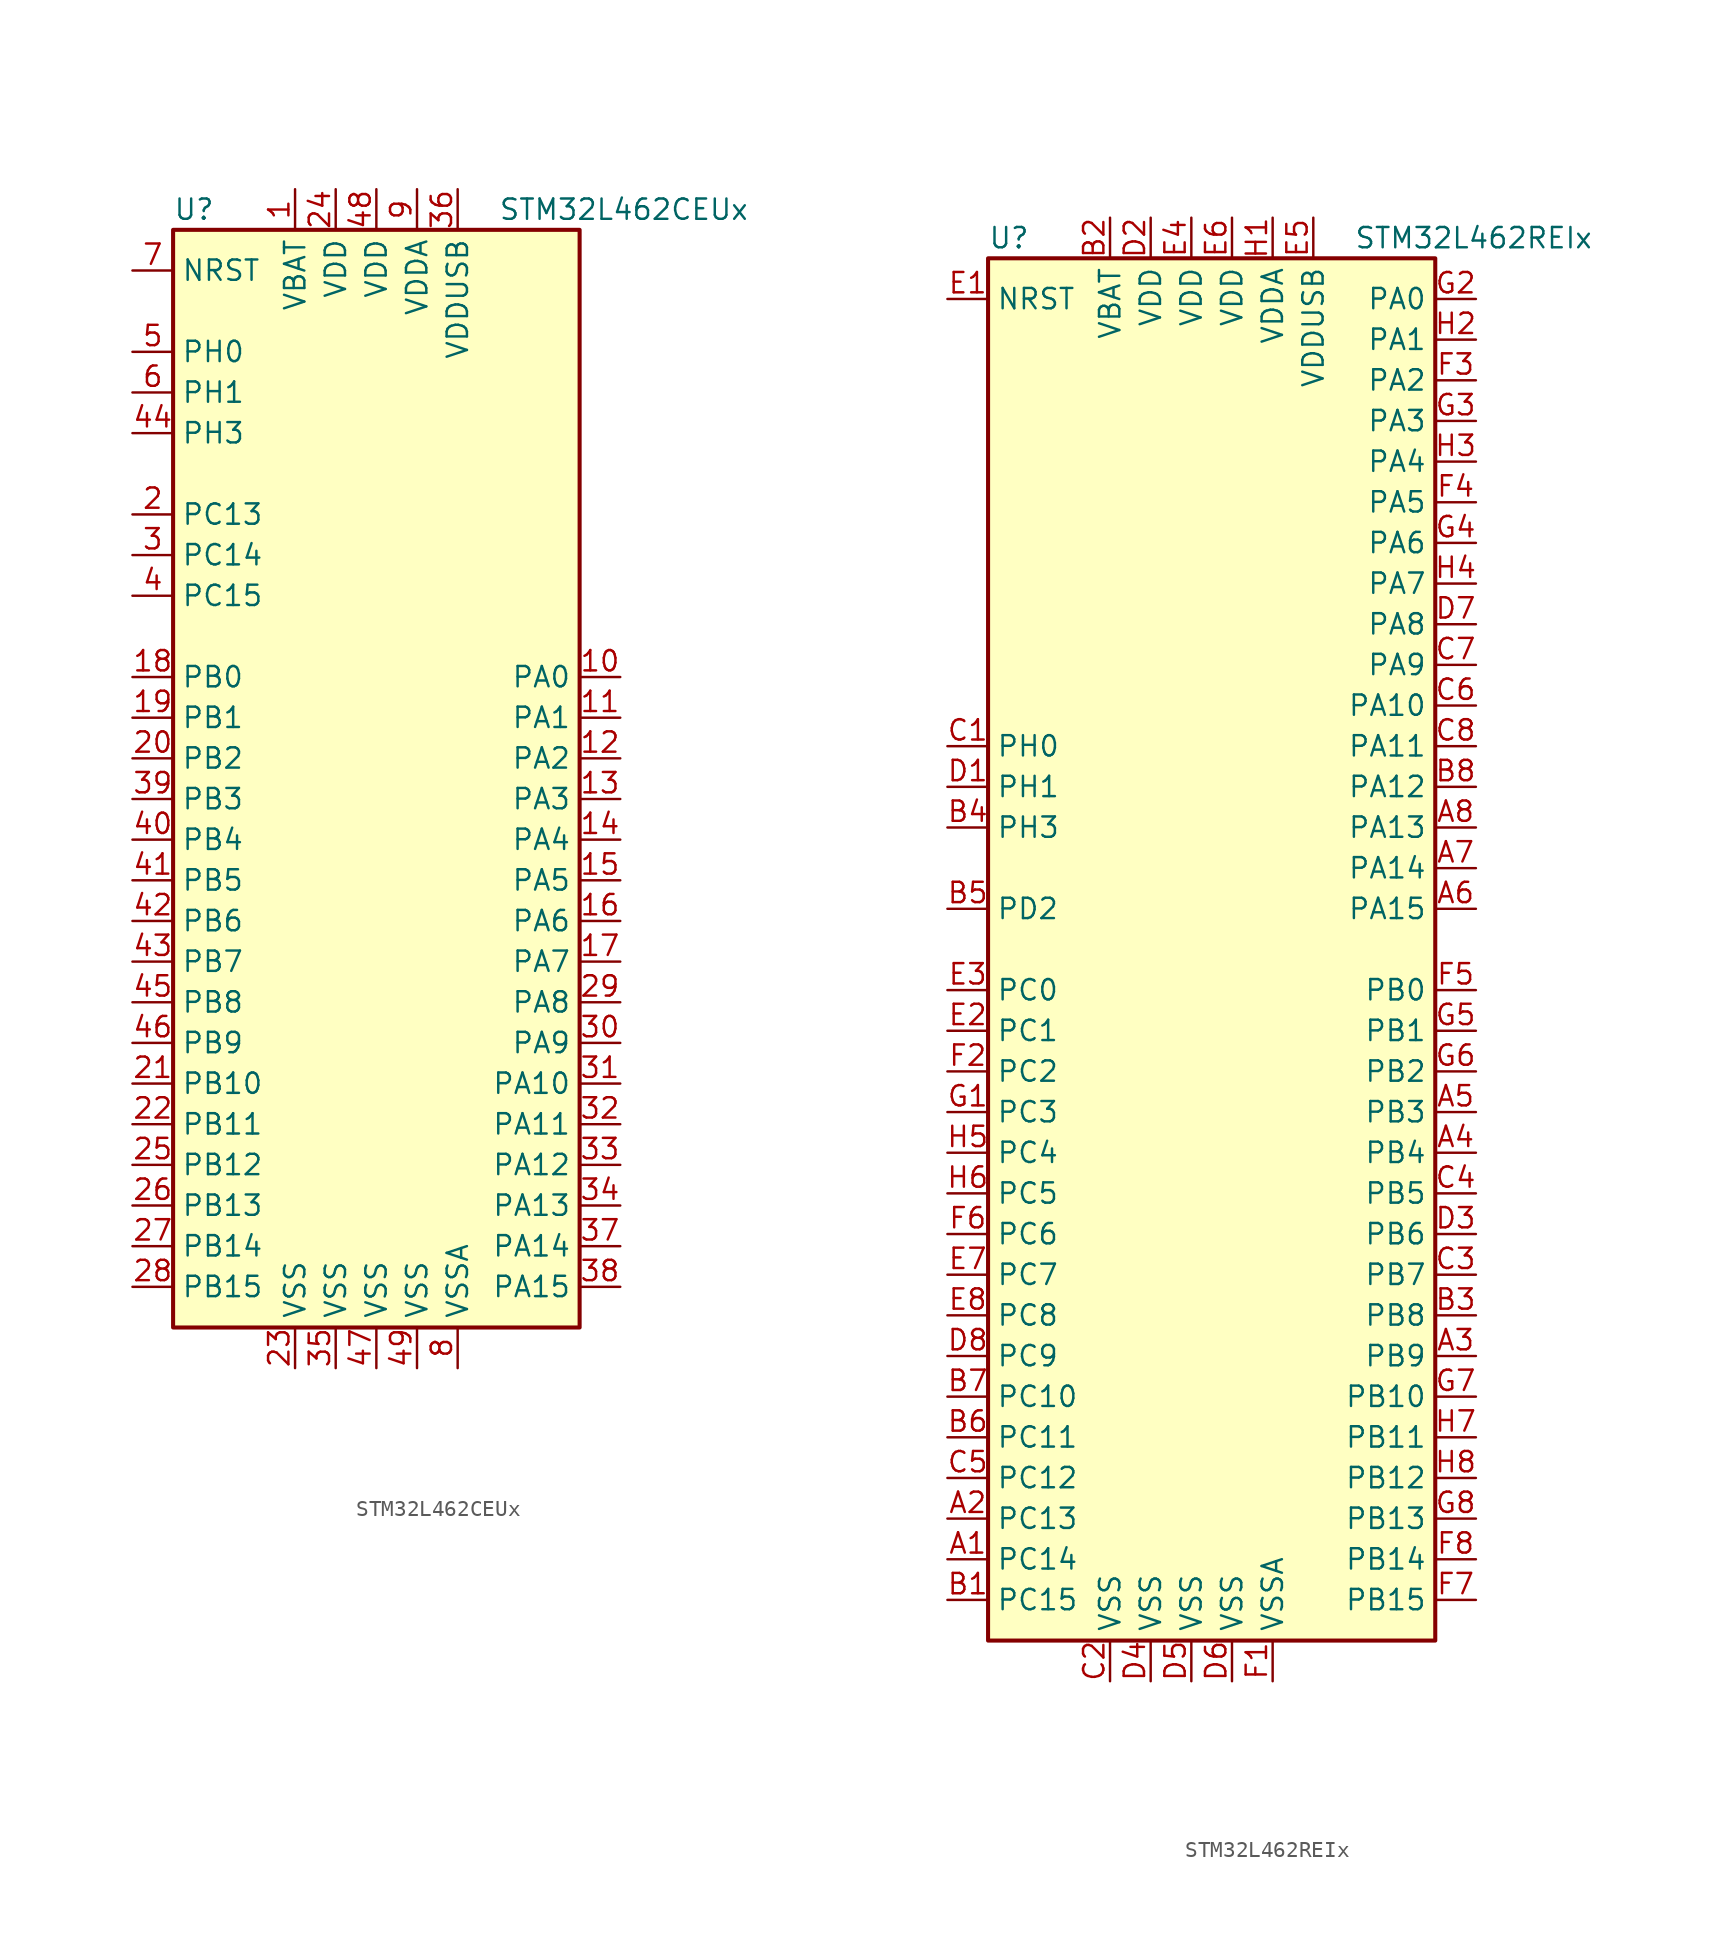
<source format=kicad_sym>
(kicad_symbol_lib
  (version 20201005)
  (generator kicad_symbol_editor)
  (symbol "STM32L462CEUx"
    (property "Reference" "U"
      (at -12.7 34.29 0)
      (effects (font (size 1.27 1.27)) (justify left)))
    (property "Value" "STM32L462CEUx"
      (at 7.62 34.29 0)
      (effects (font (size 1.27 1.27)) (justify left)))
    (symbol "STM32L462CEUx_0_1"
      (rectangle (start -12.7 -35.56) (end 12.7 33.02) (stroke (width 0.254)) (fill (type background))))
    (symbol "STM32L462CEUx_1_1"
      (pin power_in line (at -5.08 35.56 270) (length 2.54) (name "VBAT" (effects (font (size 1.27 1.27)))) (number "1" (effects (font (size 1.27 1.27)))))
      (pin bidirectional line (at 15.24 5.08 180) (length 2.54) (name "PA0" (effects (font (size 1.27 1.27)))) (number "10" (effects (font (size 1.27 1.27)))))
      (pin bidirectional line (at 15.24 2.54 180) (length 2.54) (name "PA1" (effects (font (size 1.27 1.27)))) (number "11" (effects (font (size 1.27 1.27)))))
      (pin bidirectional line (at 15.24 0 180) (length 2.54) (name "PA2" (effects (font (size 1.27 1.27)))) (number "12" (effects (font (size 1.27 1.27)))))
      (pin bidirectional line (at 15.24 -2.54 180) (length 2.54) (name "PA3" (effects (font (size 1.27 1.27)))) (number "13" (effects (font (size 1.27 1.27)))))
      (pin bidirectional line (at 15.24 -5.08 180) (length 2.54) (name "PA4" (effects (font (size 1.27 1.27)))) (number "14" (effects (font (size 1.27 1.27)))))
      (pin bidirectional line (at 15.24 -7.62 180) (length 2.54) (name "PA5" (effects (font (size 1.27 1.27)))) (number "15" (effects (font (size 1.27 1.27)))))
      (pin bidirectional line (at 15.24 -10.16 180) (length 2.54) (name "PA6" (effects (font (size 1.27 1.27)))) (number "16" (effects (font (size 1.27 1.27)))))
      (pin bidirectional line (at 15.24 -12.7 180) (length 2.54) (name "PA7" (effects (font (size 1.27 1.27)))) (number "17" (effects (font (size 1.27 1.27)))))
      (pin bidirectional line (at -15.24 5.08 0) (length 2.54) (name "PB0" (effects (font (size 1.27 1.27)))) (number "18" (effects (font (size 1.27 1.27)))))
      (pin bidirectional line (at -15.24 2.54 0) (length 2.54) (name "PB1" (effects (font (size 1.27 1.27)))) (number "19" (effects (font (size 1.27 1.27)))))
      (pin bidirectional line (at -15.24 15.24 0) (length 2.54) (name "PC13" (effects (font (size 1.27 1.27)))) (number "2" (effects (font (size 1.27 1.27)))))
      (pin bidirectional line (at -15.24 0 0) (length 2.54) (name "PB2" (effects (font (size 1.27 1.27)))) (number "20" (effects (font (size 1.27 1.27)))))
      (pin bidirectional line (at -15.24 -20.32 0) (length 2.54) (name "PB10" (effects (font (size 1.27 1.27)))) (number "21" (effects (font (size 1.27 1.27)))))
      (pin bidirectional line (at -15.24 -22.86 0) (length 2.54) (name "PB11" (effects (font (size 1.27 1.27)))) (number "22" (effects (font (size 1.27 1.27)))))
      (pin power_in line (at -5.08 -38.1 90) (length 2.54) (name "VSS" (effects (font (size 1.27 1.27)))) (number "23" (effects (font (size 1.27 1.27)))))
      (pin power_in line (at -2.54 35.56 270) (length 2.54) (name "VDD" (effects (font (size 1.27 1.27)))) (number "24" (effects (font (size 1.27 1.27)))))
      (pin bidirectional line (at -15.24 -25.4 0) (length 2.54) (name "PB12" (effects (font (size 1.27 1.27)))) (number "25" (effects (font (size 1.27 1.27)))))
      (pin bidirectional line (at -15.24 -27.94 0) (length 2.54) (name "PB13" (effects (font (size 1.27 1.27)))) (number "26" (effects (font (size 1.27 1.27)))))
      (pin bidirectional line (at -15.24 -30.48 0) (length 2.54) (name "PB14" (effects (font (size 1.27 1.27)))) (number "27" (effects (font (size 1.27 1.27)))))
      (pin bidirectional line (at -15.24 -33.02 0) (length 2.54) (name "PB15" (effects (font (size 1.27 1.27)))) (number "28" (effects (font (size 1.27 1.27)))))
      (pin bidirectional line (at 15.24 -15.24 180) (length 2.54) (name "PA8" (effects (font (size 1.27 1.27)))) (number "29" (effects (font (size 1.27 1.27)))))
      (pin bidirectional line (at -15.24 12.7 0) (length 2.54) (name "PC14" (effects (font (size 1.27 1.27)))) (number "3" (effects (font (size 1.27 1.27)))))
      (pin bidirectional line (at 15.24 -17.78 180) (length 2.54) (name "PA9" (effects (font (size 1.27 1.27)))) (number "30" (effects (font (size 1.27 1.27)))))
      (pin bidirectional line (at 15.24 -20.32 180) (length 2.54) (name "PA10" (effects (font (size 1.27 1.27)))) (number "31" (effects (font (size 1.27 1.27)))))
      (pin bidirectional line (at 15.24 -22.86 180) (length 2.54) (name "PA11" (effects (font (size 1.27 1.27)))) (number "32" (effects (font (size 1.27 1.27)))))
      (pin bidirectional line (at 15.24 -25.4 180) (length 2.54) (name "PA12" (effects (font (size 1.27 1.27)))) (number "33" (effects (font (size 1.27 1.27)))))
      (pin bidirectional line (at 15.24 -27.94 180) (length 2.54) (name "PA13" (effects (font (size 1.27 1.27)))) (number "34" (effects (font (size 1.27 1.27)))))
      (pin power_in line (at -2.54 -38.1 90) (length 2.54) (name "VSS" (effects (font (size 1.27 1.27)))) (number "35" (effects (font (size 1.27 1.27)))))
      (pin power_in line (at 5.08 35.56 270) (length 2.54) (name "VDDUSB" (effects (font (size 1.27 1.27)))) (number "36" (effects (font (size 1.27 1.27)))))
      (pin bidirectional line (at 15.24 -30.48 180) (length 2.54) (name "PA14" (effects (font (size 1.27 1.27)))) (number "37" (effects (font (size 1.27 1.27)))))
      (pin bidirectional line (at 15.24 -33.02 180) (length 2.54) (name "PA15" (effects (font (size 1.27 1.27)))) (number "38" (effects (font (size 1.27 1.27)))))
      (pin bidirectional line (at -15.24 -2.54 0) (length 2.54) (name "PB3" (effects (font (size 1.27 1.27)))) (number "39" (effects (font (size 1.27 1.27)))))
      (pin bidirectional line (at -15.24 10.16 0) (length 2.54) (name "PC15" (effects (font (size 1.27 1.27)))) (number "4" (effects (font (size 1.27 1.27)))))
      (pin bidirectional line (at -15.24 -5.08 0) (length 2.54) (name "PB4" (effects (font (size 1.27 1.27)))) (number "40" (effects (font (size 1.27 1.27)))))
      (pin bidirectional line (at -15.24 -7.62 0) (length 2.54) (name "PB5" (effects (font (size 1.27 1.27)))) (number "41" (effects (font (size 1.27 1.27)))))
      (pin bidirectional line (at -15.24 -10.16 0) (length 2.54) (name "PB6" (effects (font (size 1.27 1.27)))) (number "42" (effects (font (size 1.27 1.27)))))
      (pin bidirectional line (at -15.24 -12.7 0) (length 2.54) (name "PB7" (effects (font (size 1.27 1.27)))) (number "43" (effects (font (size 1.27 1.27)))))
      (pin bidirectional line (at -15.24 20.32 0) (length 2.54) (name "PH3" (effects (font (size 1.27 1.27)))) (number "44" (effects (font (size 1.27 1.27)))))
      (pin bidirectional line (at -15.24 -15.24 0) (length 2.54) (name "PB8" (effects (font (size 1.27 1.27)))) (number "45" (effects (font (size 1.27 1.27)))))
      (pin bidirectional line (at -15.24 -17.78 0) (length 2.54) (name "PB9" (effects (font (size 1.27 1.27)))) (number "46" (effects (font (size 1.27 1.27)))))
      (pin power_in line (at 0 -38.1 90) (length 2.54) (name "VSS" (effects (font (size 1.27 1.27)))) (number "47" (effects (font (size 1.27 1.27)))))
      (pin power_in line (at 0 35.56 270) (length 2.54) (name "VDD" (effects (font (size 1.27 1.27)))) (number "48" (effects (font (size 1.27 1.27)))))
      (pin power_in line (at 2.54 -38.1 90) (length 2.54) (name "VSS" (effects (font (size 1.27 1.27)))) (number "49" (effects (font (size 1.27 1.27)))))
      (pin input line (at -15.24 25.4 0) (length 2.54) (name "PH0" (effects (font (size 1.27 1.27)))) (number "5" (effects (font (size 1.27 1.27)))))
      (pin input line (at -15.24 22.86 0) (length 2.54) (name "PH1" (effects (font (size 1.27 1.27)))) (number "6" (effects (font (size 1.27 1.27)))))
      (pin input line (at -15.24 30.48 0) (length 2.54) (name "NRST" (effects (font (size 1.27 1.27)))) (number "7" (effects (font (size 1.27 1.27)))))
      (pin power_in line (at 5.08 -38.1 90) (length 2.54) (name "VSSA" (effects (font (size 1.27 1.27)))) (number "8" (effects (font (size 1.27 1.27)))))
      (pin power_in line (at 2.54 35.56 270) (length 2.54) (name "VDDA" (effects (font (size 1.27 1.27)))) (number "9" (effects (font (size 1.27 1.27)))))))
  (symbol "STM32L462REIx"
    (property "Reference" "U"
      (at -15.24 44.45 0)
      (effects (font (size 1.27 1.27)) (justify left)))
    (property "Value" "STM32L462REIx"
      (at 7.62 44.45 0)
      (effects (font (size 1.27 1.27)) (justify left)))
    (symbol "STM32L462REIx_0_1"
      (rectangle (start -15.24 -43.18) (end 12.7 43.18) (stroke (width 0.254)) (fill (type background))))
    (symbol "STM32L462REIx_1_1"
      (pin bidirectional line (at -17.78 -38.1 0) (length 2.54) (name "PC14" (effects (font (size 1.27 1.27)))) (number "A1" (effects (font (size 1.27 1.27)))))
      (pin bidirectional line (at -17.78 -35.56 0) (length 2.54) (name "PC13" (effects (font (size 1.27 1.27)))) (number "A2" (effects (font (size 1.27 1.27)))))
      (pin bidirectional line (at 15.24 -25.4 180) (length 2.54) (name "PB9" (effects (font (size 1.27 1.27)))) (number "A3" (effects (font (size 1.27 1.27)))))
      (pin bidirectional line (at 15.24 -12.7 180) (length 2.54) (name "PB4" (effects (font (size 1.27 1.27)))) (number "A4" (effects (font (size 1.27 1.27)))))
      (pin bidirectional line (at 15.24 -10.16 180) (length 2.54) (name "PB3" (effects (font (size 1.27 1.27)))) (number "A5" (effects (font (size 1.27 1.27)))))
      (pin bidirectional line (at 15.24 2.54 180) (length 2.54) (name "PA15" (effects (font (size 1.27 1.27)))) (number "A6" (effects (font (size 1.27 1.27)))))
      (pin bidirectional line (at 15.24 5.08 180) (length 2.54) (name "PA14" (effects (font (size 1.27 1.27)))) (number "A7" (effects (font (size 1.27 1.27)))))
      (pin bidirectional line (at 15.24 7.62 180) (length 2.54) (name "PA13" (effects (font (size 1.27 1.27)))) (number "A8" (effects (font (size 1.27 1.27)))))
      (pin bidirectional line (at -17.78 -40.64 0) (length 2.54) (name "PC15" (effects (font (size 1.27 1.27)))) (number "B1" (effects (font (size 1.27 1.27)))))
      (pin power_in line (at -7.62 45.72 270) (length 2.54) (name "VBAT" (effects (font (size 1.27 1.27)))) (number "B2" (effects (font (size 1.27 1.27)))))
      (pin bidirectional line (at 15.24 -22.86 180) (length 2.54) (name "PB8" (effects (font (size 1.27 1.27)))) (number "B3" (effects (font (size 1.27 1.27)))))
      (pin bidirectional line (at -17.78 7.62 0) (length 2.54) (name "PH3" (effects (font (size 1.27 1.27)))) (number "B4" (effects (font (size 1.27 1.27)))))
      (pin bidirectional line (at -17.78 2.54 0) (length 2.54) (name "PD2" (effects (font (size 1.27 1.27)))) (number "B5" (effects (font (size 1.27 1.27)))))
      (pin bidirectional line (at -17.78 -30.48 0) (length 2.54) (name "PC11" (effects (font (size 1.27 1.27)))) (number "B6" (effects (font (size 1.27 1.27)))))
      (pin bidirectional line (at -17.78 -27.94 0) (length 2.54) (name "PC10" (effects (font (size 1.27 1.27)))) (number "B7" (effects (font (size 1.27 1.27)))))
      (pin bidirectional line (at 15.24 10.16 180) (length 2.54) (name "PA12" (effects (font (size 1.27 1.27)))) (number "B8" (effects (font (size 1.27 1.27)))))
      (pin input line (at -17.78 12.7 0) (length 2.54) (name "PH0" (effects (font (size 1.27 1.27)))) (number "C1" (effects (font (size 1.27 1.27)))))
      (pin power_in line (at -7.62 -45.72 90) (length 2.54) (name "VSS" (effects (font (size 1.27 1.27)))) (number "C2" (effects (font (size 1.27 1.27)))))
      (pin bidirectional line (at 15.24 -20.32 180) (length 2.54) (name "PB7" (effects (font (size 1.27 1.27)))) (number "C3" (effects (font (size 1.27 1.27)))))
      (pin bidirectional line (at 15.24 -15.24 180) (length 2.54) (name "PB5" (effects (font (size 1.27 1.27)))) (number "C4" (effects (font (size 1.27 1.27)))))
      (pin bidirectional line (at -17.78 -33.02 0) (length 2.54) (name "PC12" (effects (font (size 1.27 1.27)))) (number "C5" (effects (font (size 1.27 1.27)))))
      (pin bidirectional line (at 15.24 15.24 180) (length 2.54) (name "PA10" (effects (font (size 1.27 1.27)))) (number "C6" (effects (font (size 1.27 1.27)))))
      (pin bidirectional line (at 15.24 17.78 180) (length 2.54) (name "PA9" (effects (font (size 1.27 1.27)))) (number "C7" (effects (font (size 1.27 1.27)))))
      (pin bidirectional line (at 15.24 12.7 180) (length 2.54) (name "PA11" (effects (font (size 1.27 1.27)))) (number "C8" (effects (font (size 1.27 1.27)))))
      (pin input line (at -17.78 10.16 0) (length 2.54) (name "PH1" (effects (font (size 1.27 1.27)))) (number "D1" (effects (font (size 1.27 1.27)))))
      (pin power_in line (at -5.08 45.72 270) (length 2.54) (name "VDD" (effects (font (size 1.27 1.27)))) (number "D2" (effects (font (size 1.27 1.27)))))
      (pin bidirectional line (at 15.24 -17.78 180) (length 2.54) (name "PB6" (effects (font (size 1.27 1.27)))) (number "D3" (effects (font (size 1.27 1.27)))))
      (pin power_in line (at -5.08 -45.72 90) (length 2.54) (name "VSS" (effects (font (size 1.27 1.27)))) (number "D4" (effects (font (size 1.27 1.27)))))
      (pin power_in line (at -2.54 -45.72 90) (length 2.54) (name "VSS" (effects (font (size 1.27 1.27)))) (number "D5" (effects (font (size 1.27 1.27)))))
      (pin power_in line (at 0 -45.72 90) (length 2.54) (name "VSS" (effects (font (size 1.27 1.27)))) (number "D6" (effects (font (size 1.27 1.27)))))
      (pin bidirectional line (at 15.24 20.32 180) (length 2.54) (name "PA8" (effects (font (size 1.27 1.27)))) (number "D7" (effects (font (size 1.27 1.27)))))
      (pin bidirectional line (at -17.78 -25.4 0) (length 2.54) (name "PC9" (effects (font (size 1.27 1.27)))) (number "D8" (effects (font (size 1.27 1.27)))))
      (pin input line (at -17.78 40.64 0) (length 2.54) (name "NRST" (effects (font (size 1.27 1.27)))) (number "E1" (effects (font (size 1.27 1.27)))))
      (pin bidirectional line (at -17.78 -5.08 0) (length 2.54) (name "PC1" (effects (font (size 1.27 1.27)))) (number "E2" (effects (font (size 1.27 1.27)))))
      (pin bidirectional line (at -17.78 -2.54 0) (length 2.54) (name "PC0" (effects (font (size 1.27 1.27)))) (number "E3" (effects (font (size 1.27 1.27)))))
      (pin power_in line (at -2.54 45.72 270) (length 2.54) (name "VDD" (effects (font (size 1.27 1.27)))) (number "E4" (effects (font (size 1.27 1.27)))))
      (pin power_in line (at 5.08 45.72 270) (length 2.54) (name "VDDUSB" (effects (font (size 1.27 1.27)))) (number "E5" (effects (font (size 1.27 1.27)))))
      (pin power_in line (at 0 45.72 270) (length 2.54) (name "VDD" (effects (font (size 1.27 1.27)))) (number "E6" (effects (font (size 1.27 1.27)))))
      (pin bidirectional line (at -17.78 -20.32 0) (length 2.54) (name "PC7" (effects (font (size 1.27 1.27)))) (number "E7" (effects (font (size 1.27 1.27)))))
      (pin bidirectional line (at -17.78 -22.86 0) (length 2.54) (name "PC8" (effects (font (size 1.27 1.27)))) (number "E8" (effects (font (size 1.27 1.27)))))
      (pin power_in line (at 2.54 -45.72 90) (length 2.54) (name "VSSA" (effects (font (size 1.27 1.27)))) (number "F1" (effects (font (size 1.27 1.27)))))
      (pin bidirectional line (at -17.78 -7.62 0) (length 2.54) (name "PC2" (effects (font (size 1.27 1.27)))) (number "F2" (effects (font (size 1.27 1.27)))))
      (pin bidirectional line (at 15.24 35.56 180) (length 2.54) (name "PA2" (effects (font (size 1.27 1.27)))) (number "F3" (effects (font (size 1.27 1.27)))))
      (pin bidirectional line (at 15.24 27.94 180) (length 2.54) (name "PA5" (effects (font (size 1.27 1.27)))) (number "F4" (effects (font (size 1.27 1.27)))))
      (pin bidirectional line (at 15.24 -2.54 180) (length 2.54) (name "PB0" (effects (font (size 1.27 1.27)))) (number "F5" (effects (font (size 1.27 1.27)))))
      (pin bidirectional line (at -17.78 -17.78 0) (length 2.54) (name "PC6" (effects (font (size 1.27 1.27)))) (number "F6" (effects (font (size 1.27 1.27)))))
      (pin bidirectional line (at 15.24 -40.64 180) (length 2.54) (name "PB15" (effects (font (size 1.27 1.27)))) (number "F7" (effects (font (size 1.27 1.27)))))
      (pin bidirectional line (at 15.24 -38.1 180) (length 2.54) (name "PB14" (effects (font (size 1.27 1.27)))) (number "F8" (effects (font (size 1.27 1.27)))))
      (pin bidirectional line (at -17.78 -10.16 0) (length 2.54) (name "PC3" (effects (font (size 1.27 1.27)))) (number "G1" (effects (font (size 1.27 1.27)))))
      (pin bidirectional line (at 15.24 40.64 180) (length 2.54) (name "PA0" (effects (font (size 1.27 1.27)))) (number "G2" (effects (font (size 1.27 1.27)))))
      (pin bidirectional line (at 15.24 33.02 180) (length 2.54) (name "PA3" (effects (font (size 1.27 1.27)))) (number "G3" (effects (font (size 1.27 1.27)))))
      (pin bidirectional line (at 15.24 25.4 180) (length 2.54) (name "PA6" (effects (font (size 1.27 1.27)))) (number "G4" (effects (font (size 1.27 1.27)))))
      (pin bidirectional line (at 15.24 -5.08 180) (length 2.54) (name "PB1" (effects (font (size 1.27 1.27)))) (number "G5" (effects (font (size 1.27 1.27)))))
      (pin bidirectional line (at 15.24 -7.62 180) (length 2.54) (name "PB2" (effects (font (size 1.27 1.27)))) (number "G6" (effects (font (size 1.27 1.27)))))
      (pin bidirectional line (at 15.24 -27.94 180) (length 2.54) (name "PB10" (effects (font (size 1.27 1.27)))) (number "G7" (effects (font (size 1.27 1.27)))))
      (pin bidirectional line (at 15.24 -35.56 180) (length 2.54) (name "PB13" (effects (font (size 1.27 1.27)))) (number "G8" (effects (font (size 1.27 1.27)))))
      (pin power_in line (at 2.54 45.72 270) (length 2.54) (name "VDDA" (effects (font (size 1.27 1.27)))) (number "H1" (effects (font (size 1.27 1.27)))))
      (pin bidirectional line (at 15.24 38.1 180) (length 2.54) (name "PA1" (effects (font (size 1.27 1.27)))) (number "H2" (effects (font (size 1.27 1.27)))))
      (pin bidirectional line (at 15.24 30.48 180) (length 2.54) (name "PA4" (effects (font (size 1.27 1.27)))) (number "H3" (effects (font (size 1.27 1.27)))))
      (pin bidirectional line (at 15.24 22.86 180) (length 2.54) (name "PA7" (effects (font (size 1.27 1.27)))) (number "H4" (effects (font (size 1.27 1.27)))))
      (pin bidirectional line (at -17.78 -12.7 0) (length 2.54) (name "PC4" (effects (font (size 1.27 1.27)))) (number "H5" (effects (font (size 1.27 1.27)))))
      (pin bidirectional line (at -17.78 -15.24 0) (length 2.54) (name "PC5" (effects (font (size 1.27 1.27)))) (number "H6" (effects (font (size 1.27 1.27)))))
      (pin bidirectional line (at 15.24 -30.48 180) (length 2.54) (name "PB11" (effects (font (size 1.27 1.27)))) (number "H7" (effects (font (size 1.27 1.27)))))
      (pin bidirectional line (at 15.24 -33.02 180) (length 2.54) (name "PB12" (effects (font (size 1.27 1.27)))) (number "H8" (effects (font (size 1.27 1.27))))))))
</source>
